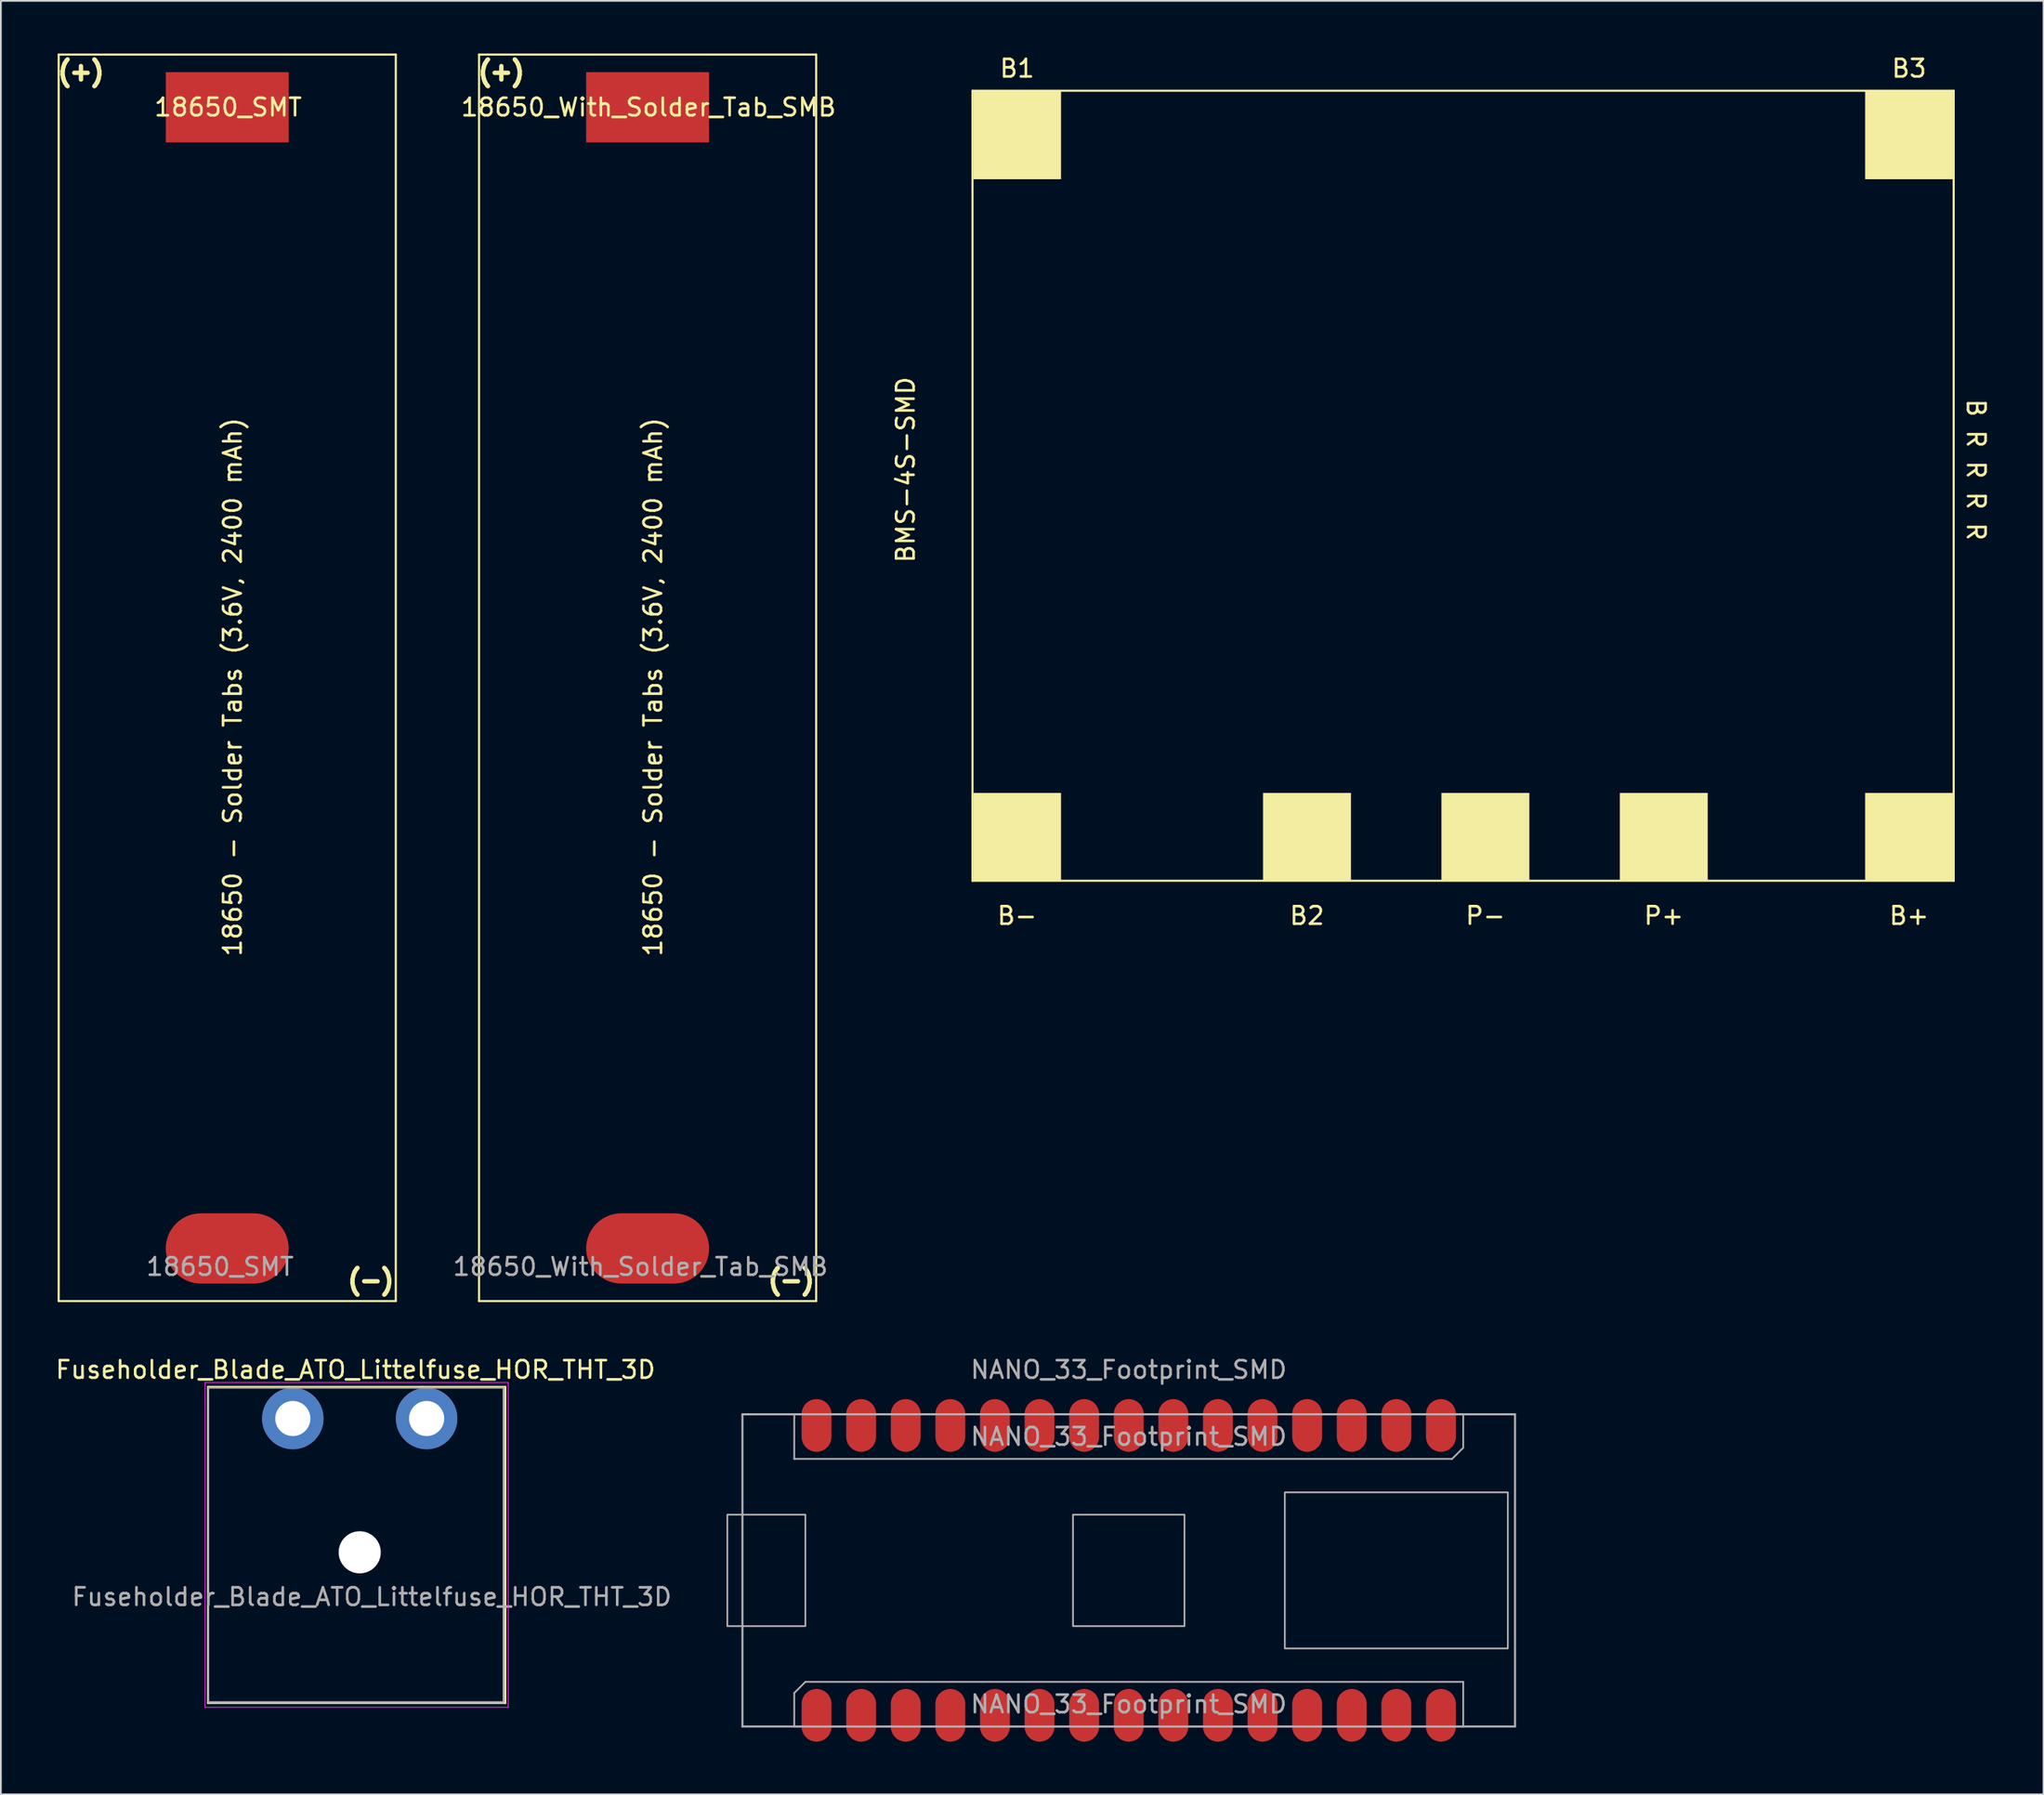
<source format=kicad_pcb>
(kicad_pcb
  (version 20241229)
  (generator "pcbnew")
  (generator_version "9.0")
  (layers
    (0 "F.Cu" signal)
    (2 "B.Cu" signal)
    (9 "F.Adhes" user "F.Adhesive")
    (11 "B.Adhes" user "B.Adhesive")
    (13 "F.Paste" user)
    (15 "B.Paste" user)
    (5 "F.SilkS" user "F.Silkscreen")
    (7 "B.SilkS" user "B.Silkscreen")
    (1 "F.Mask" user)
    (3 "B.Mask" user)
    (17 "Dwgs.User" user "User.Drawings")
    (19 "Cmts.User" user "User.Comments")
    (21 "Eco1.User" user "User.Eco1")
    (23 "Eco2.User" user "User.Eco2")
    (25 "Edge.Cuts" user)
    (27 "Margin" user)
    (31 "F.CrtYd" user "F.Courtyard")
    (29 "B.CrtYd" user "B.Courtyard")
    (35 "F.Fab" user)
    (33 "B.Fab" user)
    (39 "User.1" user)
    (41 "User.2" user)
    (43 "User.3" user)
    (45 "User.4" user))
  (footprint "NANO_33_Footprint_SMD"
    (layer "F.Cu")
    (at 61.233 86.398)
    (property "Reference" "NANO_33_Footprint_SMD" (at 0 -11.43 0) (layer "F.Fab") (effects (font (size 1 1) (thickness 0.15))))
    (attr through_hole)
    (fp_line (start -22 -8.89) (end 22 -8.89) (stroke (width 0.12) (type solid)) (layer "F.Fab"))
    (fp_line (start -22 8.89) (end -22 -8.89) (stroke (width 0.12) (type solid)) (layer "F.Fab"))
    (fp_line (start -22 8.89) (end 22 8.89) (stroke (width 0.12) (type solid)) (layer "F.Fab"))
    (fp_line (start -19.05 -8.89) (end 19.05 -8.89) (stroke (width 0.1) (type solid)) (layer "F.Fab"))
    (fp_line (start -19.05 -6.35) (end -19.05 -8.89) (stroke (width 0.1) (type solid)) (layer "F.Fab"))
    (fp_line (start -19.05 6.985) (end -18.415 6.35) (stroke (width 0.1) (type solid)) (layer "F.Fab"))
    (fp_line (start -19.05 8.89) (end -19.05 6.985) (stroke (width 0.1) (type solid)) (layer "F.Fab"))
    (fp_line (start -18.415 6.35) (end 19.05 6.35) (stroke (width 0.1) (type solid)) (layer "F.Fab"))
    (fp_line (start 18.415 -6.35) (end -19.05 -6.35) (stroke (width 0.1) (type solid)) (layer "F.Fab"))
    (fp_line (start 19.05 -8.89) (end 19.05 -6.985) (stroke (width 0.1) (type solid)) (layer "F.Fab"))
    (fp_line (start 19.05 -6.985) (end 18.415 -6.35) (stroke (width 0.1) (type solid)) (layer "F.Fab"))
    (fp_line (start 19.05 6.35) (end 19.05 8.89) (stroke (width 0.1) (type solid)) (layer "F.Fab"))
    (fp_line (start 19.05 8.89) (end -19.05 8.89) (stroke (width 0.1) (type solid)) (layer "F.Fab"))
    (fp_line (start 22 8.89) (end 22 -8.89) (stroke (width 0.12) (type solid)) (layer "F.Fab"))
    (fp_poly (pts (xy -22.86 3.175) (xy -18.415 3.175) (xy -18.415 -3.175) (xy -22.86 -3.175)) (stroke (width 0.1) (type solid)) (fill no) (layer "F.Fab"))
    (fp_poly (pts (xy -3.175 3.175) (xy 3.175 3.175) (xy 3.175 -3.175) (xy -3.175 -3.175)) (stroke (width 0.1) (type solid)) (fill no) (layer "F.Fab"))
    (fp_poly (pts (xy 8.89 4.445) (xy 21.59 4.445) (xy 21.59 -4.445) (xy 8.89 -4.445)) (stroke (width 0.1) (type solid)) (fill no) (layer "F.Fab"))
    (fp_text user "${REFERENCE}" (at 0 7.62 180) (layer "F.Fab") (effects (font (size 1 1) (thickness 0.15))))
    (fp_text user "${REFERENCE}" (at 0 -7.62 0) (layer "F.Fab") (effects (font (size 1 1) (thickness 0.15))))
    (pad "1" smd oval (at -17.78 8.255 90) (size 3 1.7) (layers "F.Cu" "F.Mask"))
    (pad "2" smd oval (at -15.24 8.255 90) (size 3 1.7) (layers "F.Cu" "F.Mask"))
    (pad "3" smd oval (at -12.7 8.255 90) (size 3 1.7) (layers "F.Cu" "F.Mask"))
    (pad "4" smd oval (at -10.16 8.255 90) (size 3 1.7) (layers "F.Cu" "F.Mask"))
    (pad "5" smd oval (at -7.62 8.255 90) (size 3 1.7) (layers "F.Cu" "F.Mask"))
    (pad "6" smd oval (at -5.08 8.255 90) (size 3 1.7) (layers "F.Cu" "F.Mask"))
    (pad "7" smd oval (at -2.54 8.255 90) (size 3 1.7) (layers "F.Cu" "F.Mask"))
    (pad "8" smd oval (at 0 8.255 90) (size 3 1.7) (layers "F.Cu" "F.Mask"))
    (pad "9" smd oval (at 2.54 8.255 90) (size 3 1.7) (layers "F.Cu" "F.Mask"))
    (pad "10" smd oval (at 5.08 8.255 90) (size 3 1.7) (layers "F.Cu" "F.Mask"))
    (pad "11" smd oval (at 7.62 8.255 90) (size 3 1.7) (layers "F.Cu" "F.Mask"))
    (pad "12" smd oval (at 10.16 8.255 90) (size 3 1.7) (layers "F.Cu" "F.Mask"))
    (pad "13" smd oval (at 12.7 8.255 90) (size 3 1.7) (layers "F.Cu" "F.Mask"))
    (pad "14" smd oval (at 15.24 8.255 90) (size 3 1.7) (layers "F.Cu" "F.Mask"))
    (pad "15" smd oval (at 17.78 8.255 90) (size 3 1.7) (layers "F.Cu" "F.Mask"))
    (pad "16" smd oval (at 17.78 -8.255 270) (size 3 1.7) (layers "F.Cu" "F.Mask"))
    (pad "17" smd oval (at 15.24 -8.255 270) (size 3 1.7) (layers "F.Cu" "F.Mask"))
    (pad "18" smd oval (at 12.7 -8.255 270) (size 3 1.7) (layers "F.Cu" "F.Mask"))
    (pad "19" smd oval (at 10.16 -8.255 270) (size 3 1.7) (layers "F.Cu" "F.Mask"))
    (pad "20" smd oval (at 7.62 -8.255 270) (size 3 1.7) (layers "F.Cu" "F.Mask"))
    (pad "21" smd oval (at 5.08 -8.255 270) (size 3 1.7) (layers "F.Cu" "F.Mask"))
    (pad "22" smd oval (at 2.54 -8.255 270) (size 3 1.7) (layers "F.Cu" "F.Mask"))
    (pad "23" smd oval (at 0 -8.255 270) (size 3 1.7) (layers "F.Cu" "F.Mask"))
    (pad "24" smd oval (at -2.54 -8.255 270) (size 3 1.7) (layers "F.Cu" "F.Mask"))
    (pad "25" smd oval (at -5.08 -8.255 270) (size 3 1.7) (layers "F.Cu" "F.Mask"))
    (pad "26" smd oval (at -7.62 -8.255 270) (size 3 1.7) (layers "F.Cu" "F.Mask"))
    (pad "27" smd oval (at -10.16 -8.255 270) (size 3 1.7) (layers "F.Cu" "F.Mask"))
    (pad "28" smd oval (at -12.7 -8.255 270) (size 3 1.7) (layers "F.Cu" "F.Mask"))
    (pad "29" smd oval (at -15.24 -8.255 270) (size 3 1.7) (layers "F.Cu" "F.Mask"))
    (pad "30" smd oval (at -17.78 -8.255 270) (size 3 1.7) (layers "F.Cu" "F.Mask")))
  (footprint "18650_With_Solder_Tab_SMB"
    (layer "F.Cu")
    (at 24.233 3.06)
    (property "Reference" "18650_With_Solder_Tab_SMB" (at 9.652 0 180) (layer "F.SilkS") (effects (font (size 1 1) (thickness 0.15))))
    (attr exclude_from_pos_files exclude_from_bom)
    (fp_line (start 0 -3) (end 19.2 -3) (stroke (width 0.12) (type solid)) (layer "F.SilkS"))
    (fp_line (start 0 68) (end 0 -3) (stroke (width 0.12) (type solid)) (layer "F.SilkS"))
    (fp_line (start 0 68) (end 19.2 68) (stroke (width 0.12) (type solid)) (layer "F.SilkS"))
    (fp_line (start 19.2 -3) (end 19.2 68) (stroke (width 0.12) (type solid)) (layer "F.SilkS"))
    (fp_text user "(-)" (at 17.78 66.802 0) (layer "F.SilkS") (effects (font (size 1 1) (thickness 0.25))))
    (fp_text user "(+)" (at 1.27 -2.032 0) (layer "F.SilkS") (effects (font (size 1 1) (thickness 0.25))))
    (fp_text user "18650 - Solder Tabs (3.6V, 2400 mAh)" (at 9.906 33.02 90) (layer "F.SilkS") (effects (font (size 1 1) (thickness 0.15))))
    (fp_text user "${REFERENCE}" (at 9.19 66.04 0) (layer "F.Fab") (effects (font (size 1 1) (thickness 0.15))))
    (pad "1" smd rect (at 9.6 0) (size 7 4) (layers "F.Cu" "F.Mask" "F.Paste"))
    (pad "2" smd oval (at 9.6 65) (size 7 4) (layers "F.Cu" "F.Mask" "F.Paste")))
  (footprint "18650_SMT"
    (layer "F.Cu")
    (at 0.291 3.06)
    (property "Reference" "18650_SMT" (at 9.652 0 180) (layer "F.SilkS") (effects (font (size 1 1) (thickness 0.15))))
    (attr exclude_from_pos_files exclude_from_bom)
    (fp_line (start 0 -3) (end 19.2 -3) (stroke (width 0.12) (type solid)) (layer "F.SilkS"))
    (fp_line (start 0 68) (end 0 -3) (stroke (width 0.12) (type solid)) (layer "F.SilkS"))
    (fp_line (start 0 68) (end 19.2 68) (stroke (width 0.12) (type solid)) (layer "F.SilkS"))
    (fp_line (start 19.2 -3) (end 19.2 68) (stroke (width 0.12) (type solid)) (layer "F.SilkS"))
    (fp_text user "18650 - Solder Tabs (3.6V, 2400 mAh)" (at 9.906 33.02 90) (layer "F.SilkS") (effects (font (size 1 1) (thickness 0.15))))
    (fp_text user "(-)" (at 17.78 66.802 0) (layer "F.SilkS") (effects (font (size 1 1) (thickness 0.25))))
    (fp_text user "(+)" (at 1.27 -2.032 0) (layer "F.SilkS") (effects (font (size 1 1) (thickness 0.25))))
    (fp_text user "${REFERENCE}" (at 9.19 66.04 0) (layer "F.Fab") (effects (font (size 1 1) (thickness 0.15))))
    (pad "1" smd rect (at 9.6 0) (size 7 4) (layers "F.Cu" "F.Mask" "F.Paste"))
    (pad "2" smd oval (at 9.6 65) (size 7 4) (layers "F.Cu" "F.Mask" "F.Paste")))
  (footprint "Fuseholder_Blade_ATO_Littelfuse_HOR_THT_3D"
    (layer "F.Cu")
    (at 12.626 77.748)
    (property "Reference" "Fuseholder_Blade_ATO_Littelfuse_HOR_THT_3D" (at 4.57 -2.78 0) (layer "F.SilkS") (effects (font (size 1 1) (thickness 0.15))))
    (attr through_hole)
    (fp_line (start -3.83 -1.8) (end -3.83 16.2) (stroke (width 0.12) (type solid)) (layer "F.SilkS"))
    (fp_line (start -3.83 -1.8) (end 0.81 -1.8) (stroke (width 0.12) (type solid)) (layer "F.SilkS"))
    (fp_line (start 0.81 -1.8) (end 8.38 -1.8) (stroke (width 0.12) (type solid)) (layer "F.SilkS"))
    (fp_line (start 8.38 -1.8) (end 13.1 -1.8) (stroke (width 0.12) (type solid)) (layer "F.SilkS"))
    (fp_line (start 13.1 -1.8) (end 13.1 16.2) (stroke (width 0.12) (type solid)) (layer "F.SilkS"))
    (fp_line (start 13.1 16.2) (end -3.83 16.2) (stroke (width 0.12) (type solid)) (layer "F.SilkS"))
    (fp_line (start -4 -2.05) (end -4 16.45) (stroke (width 0.05) (type solid)) (layer "F.CrtYd"))
    (fp_line (start -4 -2.05) (end 13.27 -2.05) (stroke (width 0.05) (type solid)) (layer "F.CrtYd"))
    (fp_line (start 13.27 16.45) (end -4 16.45) (stroke (width 0.05) (type solid)) (layer "F.CrtYd"))
    (fp_line (start 13.27 16.45) (end 13.27 -2.05) (stroke (width 0.05) (type solid)) (layer "F.CrtYd"))
    (fp_line (start -3.81 -1.75) (end 13 -1.75) (stroke (width 0.1) (type solid)) (layer "F.Fab"))
    (fp_line (start -3.81 16.15) (end -3.81 -1.75) (stroke (width 0.1) (type solid)) (layer "F.Fab"))
    (fp_line (start 13 -1.75) (end 13 16.15) (stroke (width 0.1) (type solid)) (layer "F.Fab"))
    (fp_line (start 13 16.15) (end -3.81 16.15) (stroke (width 0.1) (type solid)) (layer "F.Fab"))
    (fp_text user "${REFERENCE}" (at 5.5 10.16 0) (layer "F.Fab") (effects (font (size 1 1) (thickness 0.15))))
    (pad "" np_thru_hole circle (at 4.81 7.62) (size 2.4 2.4) (drill 2.4) (layers "*.Cu" "*.Mask"))
    (pad "1" thru_hole circle (at 1 0) (size 3.5 3.5) (drill 2) (layers "*.Cu" "*.Mask"))
    (pad "2" thru_hole circle (at 8.62 0) (size 3.5 3.5) (drill 2) (layers "*.Cu" "*.Mask")))
  (footprint "BMS-4S-SMD"
    (layer "F.Cu")
    (at 52.335 2.118)
    (property "Reference" "BMS-4S-SMD" (at -3.81 21.59 90) (layer "F.SilkS") (effects (font (size 1 1) (thickness 0.15))))
    (attr through_hole)
    (fp_line (start 0 0) (end 0 45) (stroke (width 0.12) (type solid)) (layer "F.SilkS"))
    (fp_line (start 0 0) (end 55.88 0) (stroke (width 0.12) (type solid)) (layer "F.SilkS"))
    (fp_line (start 0 45) (end 55.88 45) (stroke (width 0.12) (type solid)) (layer "F.SilkS"))
    (fp_line (start 55.88 0) (end 55.88 45) (stroke (width 0.12) (type solid)) (layer "F.SilkS"))
    (fp_text user "P+" (at 39.37 46.99 0) (layer "F.SilkS") (effects (font (size 1 1) (thickness 0.15))))
    (fp_text user "B R R R R" (at 57.15 21.59 270) (unlocked yes) (layer "F.SilkS") (effects (font (size 1 1) (thickness 0.15))))
    (fp_text user "B1" (at 2.54 -1.27 0) (layer "F.SilkS") (effects (font (size 1 1) (thickness 0.15))))
    (fp_text user "B3" (at 53.34 -1.27 0) (layer "F.SilkS") (effects (font (size 1 1) (thickness 0.15))))
    (fp_text user "B+" (at 53.34 46.99 0) (layer "F.SilkS") (effects (font (size 1 1) (thickness 0.15))))
    (fp_text user "B-" (at 2.54 46.99 0) (layer "F.SilkS") (effects (font (size 1 1) (thickness 0.15))))
    (fp_text user "P-" (at 29.21 46.99 0) (layer "F.SilkS") (effects (font (size 1 1) (thickness 0.15))))
    (fp_text user "B2" (at 19.05 46.99 0) (layer "F.SilkS") (effects (font (size 1 1) (thickness 0.15))))
    (pad "1" smd rect (at 2.54 42.5) (size 5 5) (layers "F.Cu" "F.Mask" "F.SilkS" "F.Paste"))
    (pad "2" smd rect (at 19.05 42.5) (size 5 5) (layers "F.Cu" "F.Mask" "F.SilkS" "F.Paste"))
    (pad "3" smd rect (at 29.21 42.5) (size 5 5) (layers "F.Cu" "F.Mask" "F.SilkS" "F.Paste"))
    (pad "4" smd rect (at 39.37 42.5) (size 5 5) (layers "F.Cu" "F.Mask" "F.SilkS" "F.Paste"))
    (pad "5" smd rect (at 53.34 42.5) (size 5 5) (layers "F.Cu" "F.Mask" "F.SilkS" "F.Paste"))
    (pad "6" smd rect (at 2.54 2.54) (size 5 5) (layers "F.Cu" "F.Mask" "F.SilkS" "F.Paste"))
    (pad "7" smd rect (at 53.34 2.54) (size 5 5) (layers "F.Cu" "F.Mask" "F.SilkS" "F.Paste")))
  (gr_rect
    (start -3 -3)
    (end 113.333 99.153)
    (stroke (width 0.1) (type default))
    (fill no)
    (layer "Edge.Cuts")))
</source>
